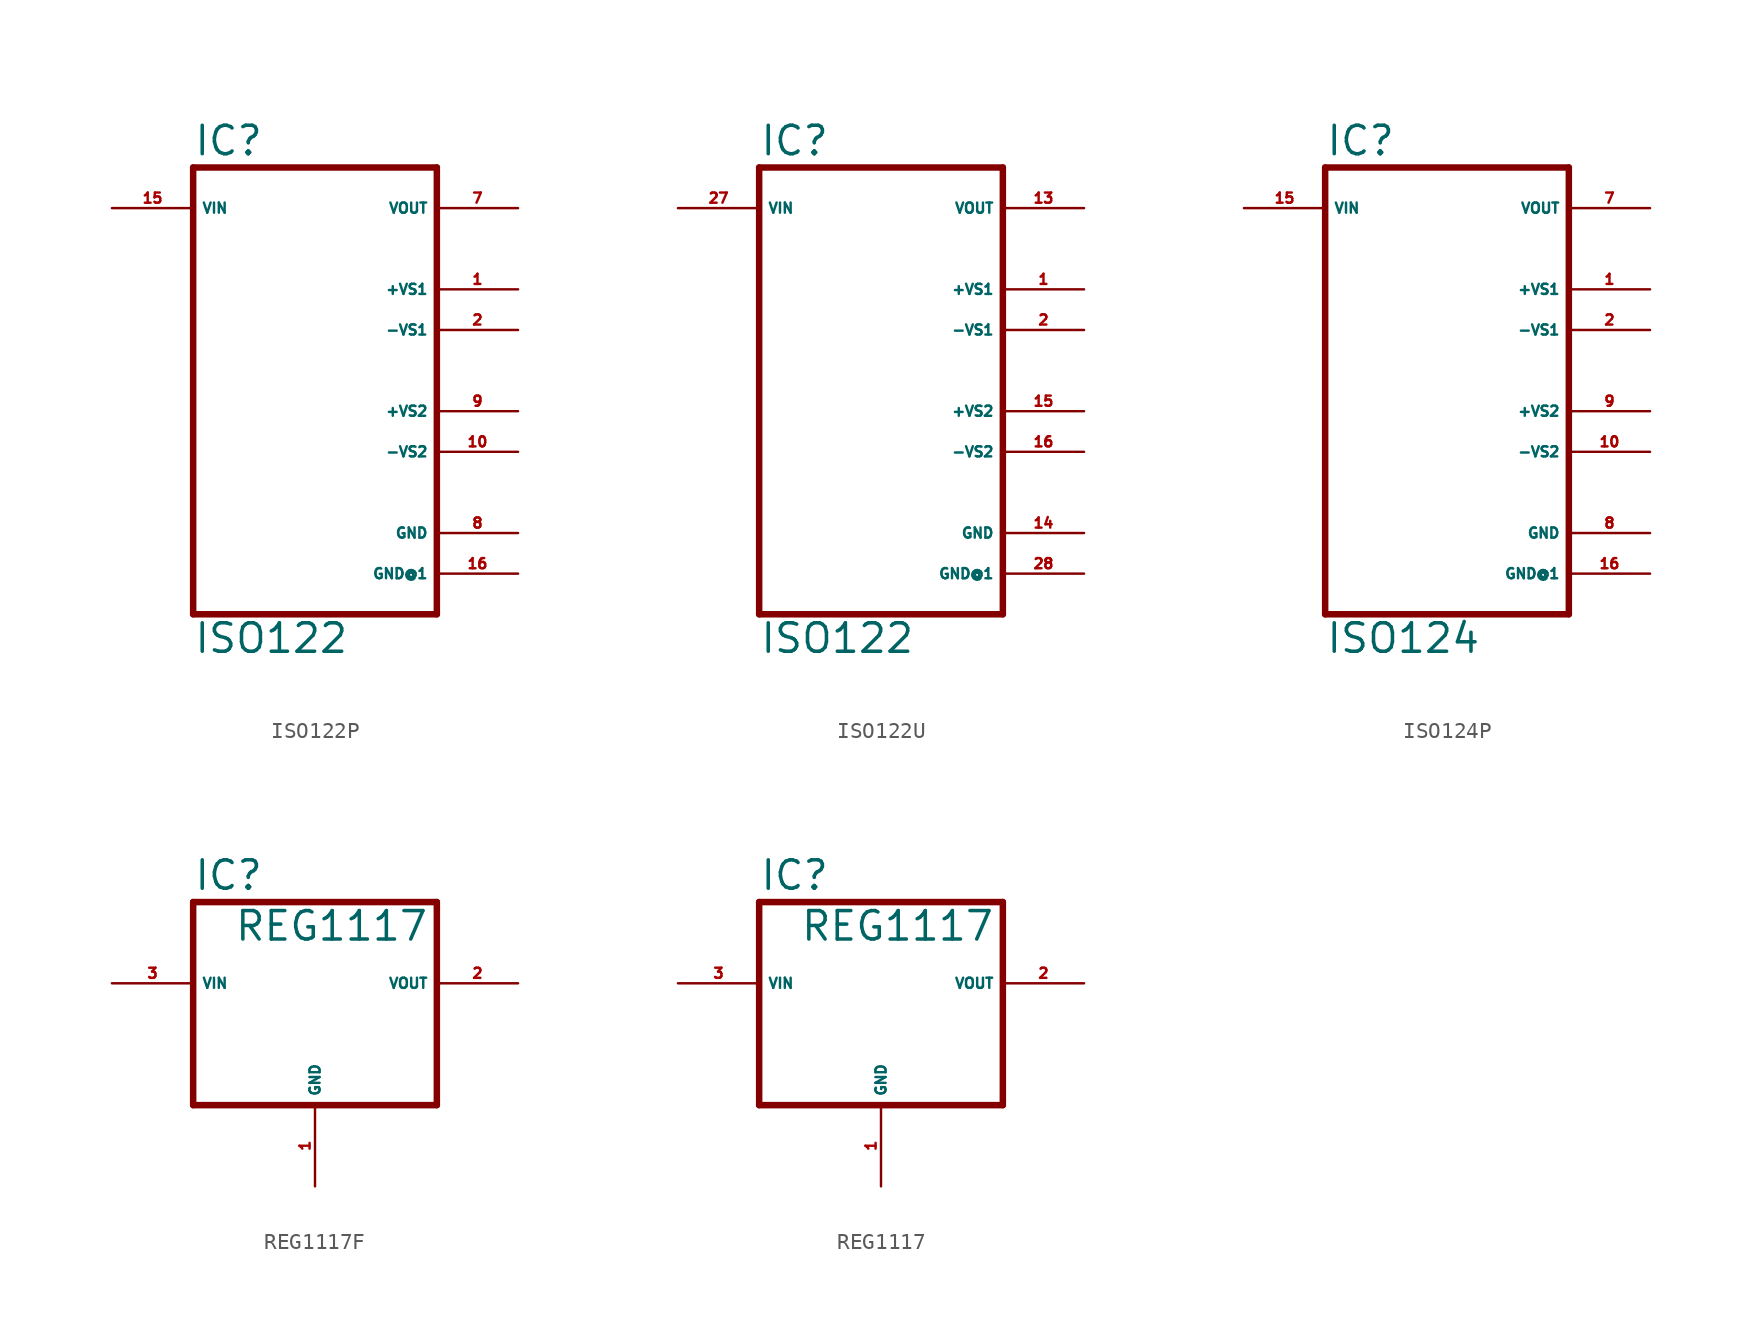
<source format=kicad_sym>
(kicad_symbol_lib
  (version 20220914)
  (generator Eagle2Kicad)
  (symbol "ISO122P"
    (property "Reference" "IC"
      (at -7.62 15.875 0)
      (effects (font (size 1.778 1.778) (thickness 0.22)) (justify left bottom)))
    (property "Value" "ISO122"
      (at -7.62 -15.24 0)
      (effects (font (size 1.778 1.778) (thickness 0.22)) (justify left bottom)))
    (polyline
      (pts (xy 7.62 -12.7) (xy -7.62 -12.7))
      (stroke (width 0.406) (type default))
      (fill (type none)))
    (polyline
      (pts (xy -7.62 -12.7) (xy -7.62 15.24))
      (stroke (width 0.406) (type default))
      (fill (type none)))
    (polyline
      (pts (xy -7.62 15.24) (xy 7.62 15.24))
      (stroke (width 0.406) (type default))
      (fill (type none)))
    (polyline
      (pts (xy 7.62 15.24) (xy 7.62 -12.7))
      (stroke (width 0.406) (type default))
      (fill (type none)))
    (pin input line
      (at -12.7 12.7 0)
      (length 5.08)
      (name "VIN" (effects (font (size 0.635 0.635) (thickness 0.08)) (justify left bottom)))
      (number "15" (effects (font (size 0.635 0.635) (thickness 0.08)) (justify left bottom))))
    (pin output line
      (at 12.7 12.7 180)
      (length 5.08)
      (name "VOUT" (effects (font (size 0.635 0.635) (thickness 0.08)) (justify left bottom)))
      (number "7" (effects (font (size 0.635 0.635) (thickness 0.08)) (justify left bottom))))
    (pin unspecified line
      (at 12.7 7.62 180)
      (length 5.08)
      (name "+VS1" (effects (font (size 0.635 0.635) (thickness 0.08)) (justify left bottom)))
      (number "1" (effects (font (size 0.635 0.635) (thickness 0.08)) (justify left bottom))))
    (pin unspecified line
      (at 12.7 5.08 180)
      (length 5.08)
      (name "-VS1" (effects (font (size 0.635 0.635) (thickness 0.08)) (justify left bottom)))
      (number "2" (effects (font (size 0.635 0.635) (thickness 0.08)) (justify left bottom))))
    (pin unspecified line
      (at 12.7 0 180)
      (length 5.08)
      (name "+VS2" (effects (font (size 0.635 0.635) (thickness 0.08)) (justify left bottom)))
      (number "9" (effects (font (size 0.635 0.635) (thickness 0.08)) (justify left bottom))))
    (pin unspecified line
      (at 12.7 -2.54 180)
      (length 5.08)
      (name "-VS2" (effects (font (size 0.635 0.635) (thickness 0.08)) (justify left bottom)))
      (number "10" (effects (font (size 0.635 0.635) (thickness 0.08)) (justify left bottom))))
    (pin unspecified line
      (at 12.7 -7.62 180)
      (length 5.08)
      (name "GND" (effects (font (size 0.635 0.635) (thickness 0.08)) (justify left bottom)))
      (number "8" (effects (font (size 0.635 0.635) (thickness 0.08)) (justify left bottom))))
    (pin unspecified line
      (at 12.7 -10.16 180)
      (length 5.08)
      (name "GND@1" (effects (font (size 0.635 0.635) (thickness 0.08)) (justify left bottom)))
      (number "16" (effects (font (size 0.635 0.635) (thickness 0.08)) (justify left bottom)))))
  (symbol "ISO122U"
    (property "Reference" "IC"
      (at -7.62 15.875 0)
      (effects (font (size 1.778 1.778) (thickness 0.22)) (justify left bottom)))
    (property "Value" "ISO122"
      (at -7.62 -15.24 0)
      (effects (font (size 1.778 1.778) (thickness 0.22)) (justify left bottom)))
    (polyline
      (pts (xy 7.62 -12.7) (xy -7.62 -12.7))
      (stroke (width 0.406) (type default))
      (fill (type none)))
    (polyline
      (pts (xy -7.62 -12.7) (xy -7.62 15.24))
      (stroke (width 0.406) (type default))
      (fill (type none)))
    (polyline
      (pts (xy -7.62 15.24) (xy 7.62 15.24))
      (stroke (width 0.406) (type default))
      (fill (type none)))
    (polyline
      (pts (xy 7.62 15.24) (xy 7.62 -12.7))
      (stroke (width 0.406) (type default))
      (fill (type none)))
    (pin input line
      (at -12.7 12.7 0)
      (length 5.08)
      (name "VIN" (effects (font (size 0.635 0.635) (thickness 0.08)) (justify left bottom)))
      (number "27" (effects (font (size 0.635 0.635) (thickness 0.08)) (justify left bottom))))
    (pin output line
      (at 12.7 12.7 180)
      (length 5.08)
      (name "VOUT" (effects (font (size 0.635 0.635) (thickness 0.08)) (justify left bottom)))
      (number "13" (effects (font (size 0.635 0.635) (thickness 0.08)) (justify left bottom))))
    (pin unspecified line
      (at 12.7 7.62 180)
      (length 5.08)
      (name "+VS1" (effects (font (size 0.635 0.635) (thickness 0.08)) (justify left bottom)))
      (number "1" (effects (font (size 0.635 0.635) (thickness 0.08)) (justify left bottom))))
    (pin unspecified line
      (at 12.7 5.08 180)
      (length 5.08)
      (name "-VS1" (effects (font (size 0.635 0.635) (thickness 0.08)) (justify left bottom)))
      (number "2" (effects (font (size 0.635 0.635) (thickness 0.08)) (justify left bottom))))
    (pin unspecified line
      (at 12.7 0 180)
      (length 5.08)
      (name "+VS2" (effects (font (size 0.635 0.635) (thickness 0.08)) (justify left bottom)))
      (number "15" (effects (font (size 0.635 0.635) (thickness 0.08)) (justify left bottom))))
    (pin unspecified line
      (at 12.7 -2.54 180)
      (length 5.08)
      (name "-VS2" (effects (font (size 0.635 0.635) (thickness 0.08)) (justify left bottom)))
      (number "16" (effects (font (size 0.635 0.635) (thickness 0.08)) (justify left bottom))))
    (pin unspecified line
      (at 12.7 -7.62 180)
      (length 5.08)
      (name "GND" (effects (font (size 0.635 0.635) (thickness 0.08)) (justify left bottom)))
      (number "14" (effects (font (size 0.635 0.635) (thickness 0.08)) (justify left bottom))))
    (pin unspecified line
      (at 12.7 -10.16 180)
      (length 5.08)
      (name "GND@1" (effects (font (size 0.635 0.635) (thickness 0.08)) (justify left bottom)))
      (number "28" (effects (font (size 0.635 0.635) (thickness 0.08)) (justify left bottom)))))
  (symbol "ISO124P"
    (property "Reference" "IC"
      (at -7.62 15.875 0)
      (effects (font (size 1.778 1.778) (thickness 0.22)) (justify left bottom)))
    (property "Value" "ISO124"
      (at -7.62 -15.24 0)
      (effects (font (size 1.778 1.778) (thickness 0.22)) (justify left bottom)))
    (polyline
      (pts (xy 7.62 -12.7) (xy -7.62 -12.7))
      (stroke (width 0.406) (type default))
      (fill (type none)))
    (polyline
      (pts (xy -7.62 -12.7) (xy -7.62 15.24))
      (stroke (width 0.406) (type default))
      (fill (type none)))
    (polyline
      (pts (xy -7.62 15.24) (xy 7.62 15.24))
      (stroke (width 0.406) (type default))
      (fill (type none)))
    (polyline
      (pts (xy 7.62 15.24) (xy 7.62 -12.7))
      (stroke (width 0.406) (type default))
      (fill (type none)))
    (pin input line
      (at -12.7 12.7 0)
      (length 5.08)
      (name "VIN" (effects (font (size 0.635 0.635) (thickness 0.08)) (justify left bottom)))
      (number "15" (effects (font (size 0.635 0.635) (thickness 0.08)) (justify left bottom))))
    (pin output line
      (at 12.7 12.7 180)
      (length 5.08)
      (name "VOUT" (effects (font (size 0.635 0.635) (thickness 0.08)) (justify left bottom)))
      (number "7" (effects (font (size 0.635 0.635) (thickness 0.08)) (justify left bottom))))
    (pin unspecified line
      (at 12.7 7.62 180)
      (length 5.08)
      (name "+VS1" (effects (font (size 0.635 0.635) (thickness 0.08)) (justify left bottom)))
      (number "1" (effects (font (size 0.635 0.635) (thickness 0.08)) (justify left bottom))))
    (pin unspecified line
      (at 12.7 5.08 180)
      (length 5.08)
      (name "-VS1" (effects (font (size 0.635 0.635) (thickness 0.08)) (justify left bottom)))
      (number "2" (effects (font (size 0.635 0.635) (thickness 0.08)) (justify left bottom))))
    (pin unspecified line
      (at 12.7 0 180)
      (length 5.08)
      (name "+VS2" (effects (font (size 0.635 0.635) (thickness 0.08)) (justify left bottom)))
      (number "9" (effects (font (size 0.635 0.635) (thickness 0.08)) (justify left bottom))))
    (pin unspecified line
      (at 12.7 -2.54 180)
      (length 5.08)
      (name "-VS2" (effects (font (size 0.635 0.635) (thickness 0.08)) (justify left bottom)))
      (number "10" (effects (font (size 0.635 0.635) (thickness 0.08)) (justify left bottom))))
    (pin unspecified line
      (at 12.7 -7.62 180)
      (length 5.08)
      (name "GND" (effects (font (size 0.635 0.635) (thickness 0.08)) (justify left bottom)))
      (number "8" (effects (font (size 0.635 0.635) (thickness 0.08)) (justify left bottom))))
    (pin unspecified line
      (at 12.7 -10.16 180)
      (length 5.08)
      (name "GND@1" (effects (font (size 0.635 0.635) (thickness 0.08)) (justify left bottom)))
      (number "16" (effects (font (size 0.635 0.635) (thickness 0.08)) (justify left bottom)))))
  (symbol "REG1117F"
    (property "Reference" "IC"
      (at -7.62 5.715 0)
      (effects (font (size 1.778 1.778) (thickness 0.22)) (justify left bottom)))
    (property "Value" "REG1117"
      (at -5.08 2.54 0)
      (effects (font (size 1.778 1.778) (thickness 0.22)) (justify left bottom)))
    (polyline
      (pts (xy -7.62 -7.62) (xy 7.62 -7.62))
      (stroke (width 0.406) (type default))
      (fill (type none)))
    (polyline
      (pts (xy 7.62 -7.62) (xy 7.62 5.08))
      (stroke (width 0.406) (type default))
      (fill (type none)))
    (polyline
      (pts (xy 7.62 5.08) (xy -7.62 5.08))
      (stroke (width 0.406) (type default))
      (fill (type none)))
    (polyline
      (pts (xy -7.62 5.08) (xy -7.62 -7.62))
      (stroke (width 0.406) (type default))
      (fill (type none)))
    (pin input line
      (at -12.7 0 0)
      (length 5.08)
      (name "VIN" (effects (font (size 0.635 0.635) (thickness 0.08)) (justify left bottom)))
      (number "3" (effects (font (size 0.635 0.635) (thickness 0.08)) (justify left bottom))))
    (pin output line
      (at 12.7 0 180)
      (length 5.08)
      (name "VOUT" (effects (font (size 0.635 0.635) (thickness 0.08)) (justify left bottom)))
      (number "2" (effects (font (size 0.635 0.635) (thickness 0.08)) (justify left bottom))))
    (pin unspecified line
      (at 0 -12.7 90)
      (length 5.08)
      (name "GND" (effects (font (size 0.635 0.635) (thickness 0.08)) (justify left bottom)))
      (number "1" (effects (font (size 0.635 0.635) (thickness 0.08)) (justify left bottom)))))
  (symbol "REG1117"
    (property "Reference" "IC"
      (at -7.62 5.715 0)
      (effects (font (size 1.778 1.778) (thickness 0.22)) (justify left bottom)))
    (property "Value" "REG1117"
      (at -5.08 2.54 0)
      (effects (font (size 1.778 1.778) (thickness 0.22)) (justify left bottom)))
    (polyline
      (pts (xy -7.62 -7.62) (xy 7.62 -7.62))
      (stroke (width 0.406) (type default))
      (fill (type none)))
    (polyline
      (pts (xy 7.62 -7.62) (xy 7.62 5.08))
      (stroke (width 0.406) (type default))
      (fill (type none)))
    (polyline
      (pts (xy 7.62 5.08) (xy -7.62 5.08))
      (stroke (width 0.406) (type default))
      (fill (type none)))
    (polyline
      (pts (xy -7.62 5.08) (xy -7.62 -7.62))
      (stroke (width 0.406) (type default))
      (fill (type none)))
    (pin input line
      (at -12.7 0 0)
      (length 5.08)
      (name "VIN" (effects (font (size 0.635 0.635) (thickness 0.08)) (justify left bottom)))
      (number "3" (effects (font (size 0.635 0.635) (thickness 0.08)) (justify left bottom))))
    (pin output line
      (at 12.7 0 180)
      (length 5.08)
      (name "VOUT" (effects (font (size 0.635 0.635) (thickness 0.08)) (justify left bottom)))
      (number "2" (effects (font (size 0.635 0.635) (thickness 0.08)) (justify left bottom))))
    (pin unspecified line
      (at 0 -12.7 90)
      (length 5.08)
      (name "GND" (effects (font (size 0.635 0.635) (thickness 0.08)) (justify left bottom)))
      (number "1" (effects (font (size 0.635 0.635) (thickness 0.08)) (justify left bottom))))))
</source>
